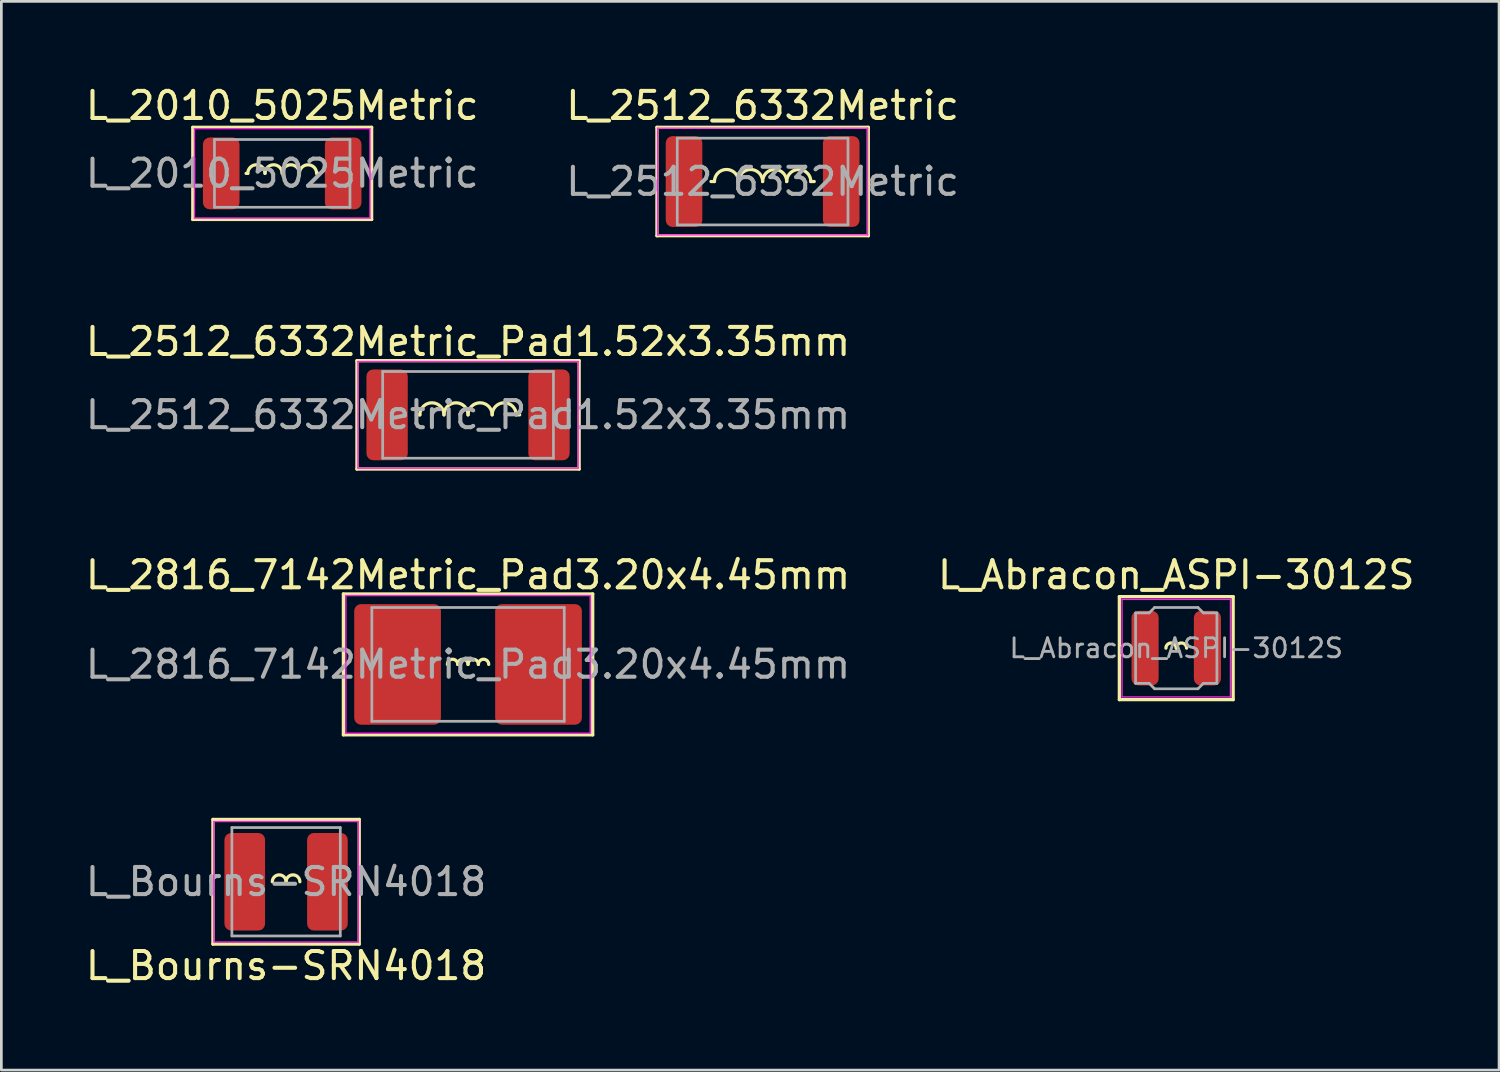
<source format=kicad_pcb>
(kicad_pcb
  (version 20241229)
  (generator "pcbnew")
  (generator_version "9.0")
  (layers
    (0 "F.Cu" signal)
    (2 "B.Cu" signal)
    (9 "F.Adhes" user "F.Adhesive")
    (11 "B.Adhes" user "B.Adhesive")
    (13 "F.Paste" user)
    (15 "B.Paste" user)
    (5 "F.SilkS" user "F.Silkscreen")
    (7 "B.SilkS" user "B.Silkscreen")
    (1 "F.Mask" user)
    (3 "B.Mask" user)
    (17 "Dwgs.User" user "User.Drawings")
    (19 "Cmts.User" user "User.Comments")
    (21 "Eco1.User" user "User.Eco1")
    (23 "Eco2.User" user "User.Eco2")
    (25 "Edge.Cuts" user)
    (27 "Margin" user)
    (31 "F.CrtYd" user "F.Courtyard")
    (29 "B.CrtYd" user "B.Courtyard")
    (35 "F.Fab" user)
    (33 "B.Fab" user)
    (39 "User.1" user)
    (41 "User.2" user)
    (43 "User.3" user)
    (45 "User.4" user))
  (footprint "L_2512_6332Metric_Pad1.52x3.35mm"
    (layer "F.Cu")
    (at 14.22 12.257)
    (property "Reference" "L_2512_6332Metric_Pad1.52x3.35mm" (at 0 -2.7 0) (layer "F.SilkS") (effects (font (size 1 1) (thickness 0.15))))
    (attr smd)
    (fp_line (start -4.1 -2) (end -4.1 2) (stroke (width 0.12) (type solid)) (layer "F.SilkS"))
    (fp_line (start -4.1 2) (end 4.1 2) (stroke (width 0.12) (type solid)) (layer "F.SilkS"))
    (fp_line (start -1.905 0) (end -1.778 0) (stroke (width 0.12) (type solid)) (layer "F.SilkS"))
    (fp_line (start 1.778 0) (end 1.905 0) (stroke (width 0.12) (type solid)) (layer "F.SilkS"))
    (fp_line (start 4.1 -2) (end -4.1 -2) (stroke (width 0.12) (type solid)) (layer "F.SilkS"))
    (fp_line (start 4.1 2) (end 4.1 -2) (stroke (width 0.12) (type solid)) (layer "F.SilkS"))
    (fp_arc (start -1.778 0) (mid -1.3335 -0.4445) (end -0.889 0) (stroke (width 0.12) (type solid)) (layer "F.SilkS"))
    (fp_arc (start -0.889 0) (mid -0.4445 -0.4445) (end 0 0) (stroke (width 0.12) (type solid)) (layer "F.SilkS"))
    (fp_arc (start 0 0) (mid 0.4445 -0.4445) (end 0.889 0) (stroke (width 0.12) (type solid)) (layer "F.SilkS"))
    (fp_arc (start 0.889 0) (mid 1.3335 -0.4445) (end 1.778 0) (stroke (width 0.12) (type solid)) (layer "F.SilkS"))
    (fp_line (start -4.064 -1.968) (end 4.064 -1.968) (stroke (width 0.05) (type solid)) (layer "F.CrtYd"))
    (fp_line (start -4.064 1.968) (end -4.064 -1.968) (stroke (width 0.05) (type solid)) (layer "F.CrtYd"))
    (fp_line (start 4.064 -1.968) (end 4.064 1.968) (stroke (width 0.05) (type solid)) (layer "F.CrtYd"))
    (fp_line (start 4.064 1.968) (end -4.064 1.968) (stroke (width 0.05) (type solid)) (layer "F.CrtYd"))
    (fp_line (start -3.15 -1.6) (end 3.15 -1.6) (stroke (width 0.1) (type solid)) (layer "F.Fab"))
    (fp_line (start -3.15 1.6) (end -3.15 -1.6) (stroke (width 0.1) (type solid)) (layer "F.Fab"))
    (fp_line (start 3.15 -1.6) (end 3.15 1.6) (stroke (width 0.1) (type solid)) (layer "F.Fab"))
    (fp_line (start 3.15 1.6) (end -3.15 1.6) (stroke (width 0.1) (type solid)) (layer "F.Fab"))
    (fp_text user "${REFERENCE}" (at 0 0 0) (layer "F.Fab") (effects (font (size 1 1) (thickness 0.15))))
    (pad "1" smd roundrect (at -2.987 0) (size 1.525 3.35) (layers "F.Cu" "F.Mask" "F.Paste") (roundrect_rratio 0.164))
    (pad "2" smd roundrect (at 2.987 0) (size 1.525 3.35) (layers "F.Cu" "F.Mask" "F.Paste") (roundrect_rratio 0.164)))
  (footprint "L_Abracon_ASPI-3012S"
    (layer "F.Cu")
    (at 40.351 20.865)
    (property "Reference" "L_Abracon_ASPI-3012S" (at 0 -2.7 0) (layer "F.SilkS") (effects (font (size 1 1) (thickness 0.15))))
    (attr smd)
    (fp_line (start -2.1 -1.9) (end -2.1 1.9) (stroke (width 0.12) (type solid)) (layer "F.SilkS"))
    (fp_line (start -2.1 1.9) (end 2.1 1.9) (stroke (width 0.12) (type solid)) (layer "F.SilkS"))
    (fp_line (start 2.1 -1.9) (end -2.1 -1.9) (stroke (width 0.12) (type solid)) (layer "F.SilkS"))
    (fp_line (start 2.1 1.9) (end 2.1 -1.9) (stroke (width 0.12) (type solid)) (layer "F.SilkS"))
    (fp_arc (start -0.381 0) (mid -0.1905 -0.1905) (end 0 0) (stroke (width 0.12) (type solid)) (layer "F.SilkS"))
    (fp_arc (start 0 0) (mid 0.1905 -0.1905) (end 0.381 0) (stroke (width 0.12) (type solid)) (layer "F.SilkS"))
    (fp_line (start -2 -1.8) (end -2 1.8) (stroke (width 0.05) (type solid)) (layer "F.CrtYd"))
    (fp_line (start -2 1.8) (end 2 1.8) (stroke (width 0.05) (type solid)) (layer "F.CrtYd"))
    (fp_line (start 2 -1.8) (end -2 -1.8) (stroke (width 0.05) (type solid)) (layer "F.CrtYd"))
    (fp_line (start 2 1.8) (end 2 -1.8) (stroke (width 0.05) (type solid)) (layer "F.CrtYd"))
    (fp_line (start -1.5 -1.3) (end -1.5 1.3) (stroke (width 0.1) (type solid)) (layer "F.Fab"))
    (fp_line (start -1.5 1.3) (end -1 1.3) (stroke (width 0.1) (type solid)) (layer "F.Fab"))
    (fp_line (start -1 -1.3) (end -1.5 -1.3) (stroke (width 0.1) (type solid)) (layer "F.Fab"))
    (fp_line (start -1 1.3) (end -0.8 1.5) (stroke (width 0.1) (type solid)) (layer "F.Fab"))
    (fp_line (start -0.8 -1.5) (end -1 -1.3) (stroke (width 0.1) (type solid)) (layer "F.Fab"))
    (fp_line (start -0.8 1.5) (end 0.8 1.5) (stroke (width 0.1) (type solid)) (layer "F.Fab"))
    (fp_line (start 0.8 -1.5) (end -0.8 -1.5) (stroke (width 0.1) (type solid)) (layer "F.Fab"))
    (fp_line (start 0.8 1.5) (end 1 1.3) (stroke (width 0.1) (type solid)) (layer "F.Fab"))
    (fp_line (start 1 -1.3) (end 0.8 -1.5) (stroke (width 0.1) (type solid)) (layer "F.Fab"))
    (fp_line (start 1 1.3) (end 1.5 1.3) (stroke (width 0.1) (type solid)) (layer "F.Fab"))
    (fp_line (start 1.5 -1.3) (end 1 -1.3) (stroke (width 0.1) (type solid)) (layer "F.Fab"))
    (fp_line (start 1.5 1.3) (end 1.5 -1.3) (stroke (width 0.1) (type solid)) (layer "F.Fab"))
    (fp_text user "${REFERENCE}" (at 0 0 0) (layer "F.Fab") (effects (font (size 0.7 0.7) (thickness 0.105))))
    (pad "1" smd roundrect (at -1.15 0) (size 1 2.75) (layers "F.Cu" "F.Mask" "F.Paste") (roundrect_rratio 0.25))
    (pad "2" smd roundrect (at 1.15 0) (size 1 2.75) (layers "F.Cu" "F.Mask" "F.Paste") (roundrect_rratio 0.25)))
  (footprint "L_2010_5025Metric"
    (layer "F.Cu")
    (at 7.363 3.348)
    (property "Reference" "L_2010_5025Metric" (at 0 -2.5 0) (layer "F.SilkS") (effects (font (size 1 1) (thickness 0.15))))
    (attr smd)
    (fp_line (start -3.3 -1.7) (end -3.3 1.7) (stroke (width 0.12) (type solid)) (layer "F.SilkS"))
    (fp_line (start -3.3 1.7) (end 3.3 1.7) (stroke (width 0.12) (type solid)) (layer "F.SilkS"))
    (fp_line (start -1.333 0) (end -1.27 0) (stroke (width 0.12) (type solid)) (layer "F.SilkS"))
    (fp_line (start 1.333 0) (end 1.27 0) (stroke (width 0.12) (type solid)) (layer "F.SilkS"))
    (fp_line (start 3.3 -1.7) (end -3.3 -1.7) (stroke (width 0.12) (type solid)) (layer "F.SilkS"))
    (fp_line (start 3.3 1.7) (end 3.3 -1.7) (stroke (width 0.12) (type solid)) (layer "F.SilkS"))
    (fp_arc (start -1.27 0) (mid -0.9525 -0.3175) (end -0.635 0) (stroke (width 0.12) (type solid)) (layer "F.SilkS"))
    (fp_arc (start -0.635 0) (mid -0.3175 -0.3175) (end 0 0) (stroke (width 0.12) (type solid)) (layer "F.SilkS"))
    (fp_arc (start 0 0) (mid 0.3175 -0.3175) (end 0.635 0) (stroke (width 0.12) (type solid)) (layer "F.SilkS"))
    (fp_arc (start 0.635 0) (mid 0.9525 -0.3175) (end 1.27 0) (stroke (width 0.12) (type solid)) (layer "F.SilkS"))
    (fp_line (start -3.239 -1.651) (end 3.239 -1.651) (stroke (width 0.05) (type solid)) (layer "F.CrtYd"))
    (fp_line (start -3.239 1.651) (end -3.239 -1.651) (stroke (width 0.05) (type solid)) (layer "F.CrtYd"))
    (fp_line (start 3.239 -1.651) (end 3.239 1.651) (stroke (width 0.05) (type solid)) (layer "F.CrtYd"))
    (fp_line (start 3.239 1.651) (end -3.239 1.651) (stroke (width 0.05) (type solid)) (layer "F.CrtYd"))
    (fp_line (start -2.5 -1.25) (end 2.5 -1.25) (stroke (width 0.1) (type solid)) (layer "F.Fab"))
    (fp_line (start -2.5 1.25) (end -2.5 -1.25) (stroke (width 0.1) (type solid)) (layer "F.Fab"))
    (fp_line (start 2.5 -1.25) (end 2.5 1.25) (stroke (width 0.1) (type solid)) (layer "F.Fab"))
    (fp_line (start 2.5 1.25) (end -2.5 1.25) (stroke (width 0.1) (type solid)) (layer "F.Fab"))
    (fp_text user "${REFERENCE}" (at 0 0 0) (layer "F.Fab") (effects (font (size 1 1) (thickness 0.15))))
    (pad "1" smd roundrect (at -2.25 0) (size 1.35 2.65) (layers "F.Cu" "F.Mask" "F.Paste") (roundrect_rratio 0.185))
    (pad "2" smd roundrect (at 2.25 0) (size 1.35 2.65) (layers "F.Cu" "F.Mask" "F.Paste") (roundrect_rratio 0.185)))
  (footprint "L_Bourns-SRN4018"
    (layer "F.Cu")
    (at 7.506 29.485)
    (property "Reference" "L_Bourns-SRN4018" (at 0 3.1 0) (layer "F.SilkS") (effects (font (size 1 1) (thickness 0.15))))
    (attr smd)
    (fp_line (start -2.7 -2.3) (end -2.7 2.3) (stroke (width 0.12) (type solid)) (layer "F.SilkS"))
    (fp_line (start -2.7 2.3) (end 2.7 2.3) (stroke (width 0.12) (type solid)) (layer "F.SilkS"))
    (fp_line (start 2.7 -2.3) (end -2.7 -2.3) (stroke (width 0.12) (type solid)) (layer "F.SilkS"))
    (fp_line (start 2.7 2.3) (end 2.7 -2.3) (stroke (width 0.12) (type solid)) (layer "F.SilkS"))
    (fp_arc (start -0.508 0) (mid -0.254 -0.254) (end 0 0) (stroke (width 0.12) (type solid)) (layer "F.SilkS"))
    (fp_arc (start 0 0) (mid 0.254 -0.254) (end 0.508 0) (stroke (width 0.12) (type solid)) (layer "F.SilkS"))
    (fp_line (start -2.667 -2.223) (end -2.667 2.223) (stroke (width 0.05) (type solid)) (layer "F.CrtYd"))
    (fp_line (start -2.667 -2.223) (end 2.667 -2.223) (stroke (width 0.05) (type solid)) (layer "F.CrtYd"))
    (fp_line (start -2.647 2.223) (end 2.667 2.223) (stroke (width 0.05) (type solid)) (layer "F.CrtYd"))
    (fp_line (start 2.667 -2.223) (end 2.667 2.223) (stroke (width 0.05) (type solid)) (layer "F.CrtYd"))
    (fp_line (start -2 -2) (end -2 2) (stroke (width 0.1) (type solid)) (layer "F.Fab"))
    (fp_line (start -2 -2) (end 2 -2) (stroke (width 0.1) (type solid)) (layer "F.Fab"))
    (fp_line (start 2 -2) (end 2 2) (stroke (width 0.1) (type solid)) (layer "F.Fab"))
    (fp_line (start 2 2) (end -2 2) (stroke (width 0.1) (type solid)) (layer "F.Fab"))
    (fp_text user "${REFERENCE}" (at 0 0 0) (layer "F.Fab") (effects (font (size 1 1) (thickness 0.15))))
    (pad "1" smd roundrect (at -1.525 0) (size 1.5 3.6) (layers "F.Cu" "F.Mask" "F.Paste") (roundrect_rratio 0.167))
    (pad "2" smd roundrect (at 1.525 0) (size 1.5 3.6) (layers "F.Cu" "F.Mask" "F.Paste") (roundrect_rratio 0.167)))
  (footprint "L_2512_6332Metric"
    (layer "F.Cu")
    (at 25.089 3.648)
    (property "Reference" "L_2512_6332Metric" (at 0 -2.8 0) (layer "F.SilkS") (effects (font (size 1 1) (thickness 0.15))))
    (attr smd)
    (fp_line (start -3.9 -2) (end -3.9 2) (stroke (width 0.12) (type solid)) (layer "F.SilkS"))
    (fp_line (start -3.9 2) (end 3.9 2) (stroke (width 0.12) (type solid)) (layer "F.SilkS"))
    (fp_line (start -1.905 0) (end -1.778 0) (stroke (width 0.12) (type solid)) (layer "F.SilkS"))
    (fp_line (start 1.778 0) (end 1.905 0) (stroke (width 0.12) (type solid)) (layer "F.SilkS"))
    (fp_line (start 3.9 -2) (end -3.9 -2) (stroke (width 0.12) (type solid)) (layer "F.SilkS"))
    (fp_line (start 3.9 2) (end 3.9 -2) (stroke (width 0.12) (type solid)) (layer "F.SilkS"))
    (fp_arc (start -1.778 0) (mid -1.3335 -0.4445) (end -0.889 0) (stroke (width 0.12) (type solid)) (layer "F.SilkS"))
    (fp_arc (start -0.889 0) (mid -0.4445 -0.4445) (end 0 0) (stroke (width 0.12) (type solid)) (layer "F.SilkS"))
    (fp_arc (start 0 0) (mid 0.4445 -0.4445) (end 0.889 0) (stroke (width 0.12) (type solid)) (layer "F.SilkS"))
    (fp_arc (start 0.889 0) (mid 1.3335 -0.4445) (end 1.778 0) (stroke (width 0.12) (type solid)) (layer "F.SilkS"))
    (fp_line (start -3.873 -1.968) (end 3.873 -1.968) (stroke (width 0.05) (type solid)) (layer "F.CrtYd"))
    (fp_line (start -3.873 1.968) (end -3.873 -1.968) (stroke (width 0.05) (type solid)) (layer "F.CrtYd"))
    (fp_line (start 3.873 -1.968) (end 3.873 1.968) (stroke (width 0.05) (type solid)) (layer "F.CrtYd"))
    (fp_line (start 3.873 1.968) (end -3.873 1.968) (stroke (width 0.05) (type solid)) (layer "F.CrtYd"))
    (fp_line (start -3.15 -1.6) (end 3.15 -1.6) (stroke (width 0.1) (type solid)) (layer "F.Fab"))
    (fp_line (start -3.15 1.6) (end -3.15 -1.6) (stroke (width 0.1) (type solid)) (layer "F.Fab"))
    (fp_line (start 3.15 -1.6) (end 3.15 1.6) (stroke (width 0.1) (type solid)) (layer "F.Fab"))
    (fp_line (start 3.15 1.6) (end -3.15 1.6) (stroke (width 0.1) (type solid)) (layer "F.Fab"))
    (fp_text user "${REFERENCE}" (at 0 0 0) (layer "F.Fab") (effects (font (size 1 1) (thickness 0.15))))
    (pad "1" smd roundrect (at -2.9 0) (size 1.35 3.35) (layers "F.Cu" "F.Mask" "F.Paste") (roundrect_rratio 0.185))
    (pad "2" smd roundrect (at 2.9 0) (size 1.35 3.35) (layers "F.Cu" "F.Mask" "F.Paste") (roundrect_rratio 0.185)))
  (footprint "L_2816_7142Metric_Pad3.20x4.45mm"
    (layer "F.Cu")
    (at 14.22 21.465)
    (property "Reference" "L_2816_7142Metric_Pad3.20x4.45mm" (at 0 -3.3 0) (layer "F.SilkS") (effects (font (size 1 1) (thickness 0.15))))
    (attr smd)
    (fp_line (start -4.6 -2.6) (end -4.6 2.6) (stroke (width 0.12) (type solid)) (layer "F.SilkS"))
    (fp_line (start -4.6 2.6) (end 4.6 2.6) (stroke (width 0.12) (type solid)) (layer "F.SilkS"))
    (fp_line (start 4.6 -2.6) (end -4.6 -2.6) (stroke (width 0.12) (type solid)) (layer "F.SilkS"))
    (fp_line (start 4.6 2.6) (end 4.6 -2.6) (stroke (width 0.12) (type solid)) (layer "F.SilkS"))
    (fp_arc (start -0.762 0) (mid -0.5715 -0.1905) (end -0.381 0) (stroke (width 0.12) (type solid)) (layer "F.SilkS"))
    (fp_arc (start -0.381 0) (mid -0.1905 -0.1905) (end 0 0) (stroke (width 0.12) (type solid)) (layer "F.SilkS"))
    (fp_arc (start 0 0) (mid 0.1905 -0.1905) (end 0.381 0) (stroke (width 0.12) (type solid)) (layer "F.SilkS"))
    (fp_arc (start 0.381 0) (mid 0.5715 -0.1905) (end 0.762 0) (stroke (width 0.12) (type solid)) (layer "F.SilkS"))
    (fp_line (start -4.508 -2.54) (end 4.508 -2.54) (stroke (width 0.05) (type solid)) (layer "F.CrtYd"))
    (fp_line (start -4.508 2.54) (end -4.508 -2.54) (stroke (width 0.05) (type solid)) (layer "F.CrtYd"))
    (fp_line (start 4.508 -2.54) (end 4.508 2.54) (stroke (width 0.05) (type solid)) (layer "F.CrtYd"))
    (fp_line (start 4.508 2.54) (end -4.508 2.54) (stroke (width 0.05) (type solid)) (layer "F.CrtYd"))
    (fp_line (start -3.55 -2.1) (end 3.55 -2.1) (stroke (width 0.1) (type solid)) (layer "F.Fab"))
    (fp_line (start -3.55 2.1) (end -3.55 -2.1) (stroke (width 0.1) (type solid)) (layer "F.Fab"))
    (fp_line (start 3.55 -2.1) (end 3.55 2.1) (stroke (width 0.1) (type solid)) (layer "F.Fab"))
    (fp_line (start 3.55 2.1) (end -3.55 2.1) (stroke (width 0.1) (type solid)) (layer "F.Fab"))
    (fp_text user "${REFERENCE}" (at 0 0 0) (layer "F.Fab") (effects (font (size 1 1) (thickness 0.15))))
    (pad "1" smd roundrect (at -2.6 0) (size 3.2 4.45) (layers "F.Cu" "F.Mask" "F.Paste") (roundrect_rratio 0.078))
    (pad "2" smd roundrect (at 2.6 0) (size 3.2 4.45) (layers "F.Cu" "F.Mask" "F.Paste") (roundrect_rratio 0.078)))
  (gr_rect
    (start -3 -3)
    (end 52.262 36.433)
    (stroke (width 0.1) (type default))
    (fill no)
    (layer "Edge.Cuts")))
</source>
